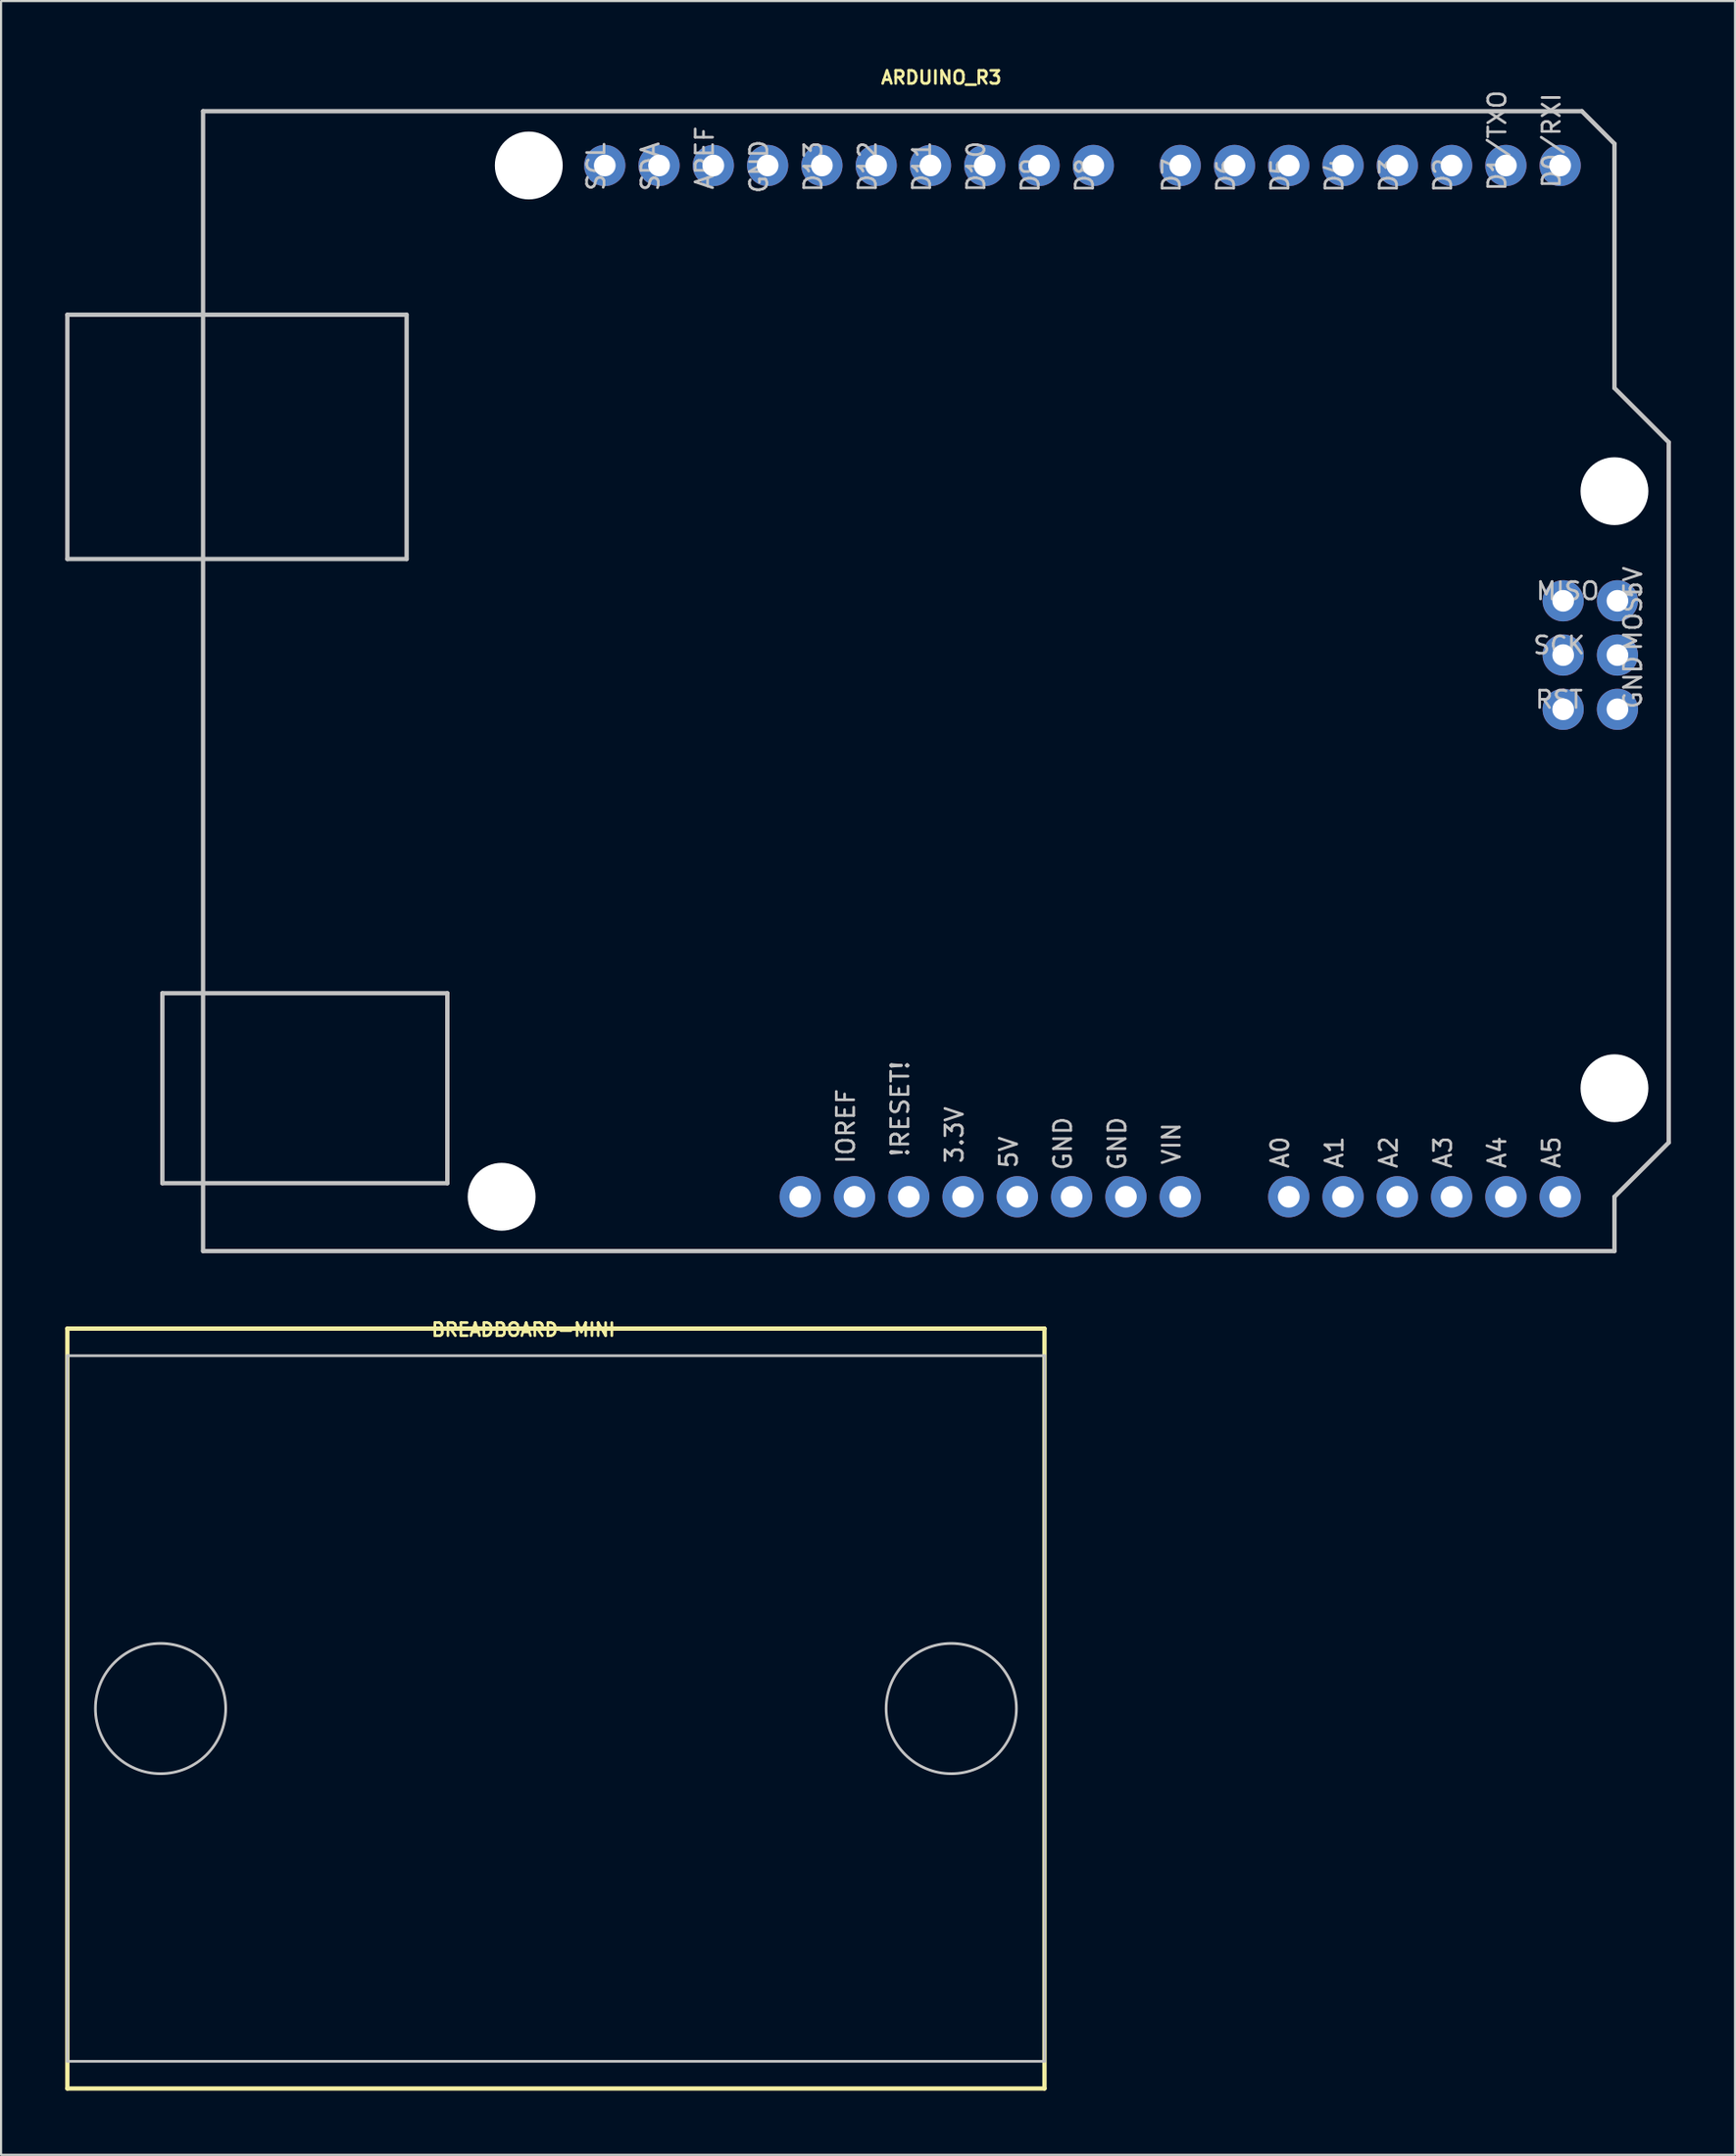
<source format=kicad_pcb>
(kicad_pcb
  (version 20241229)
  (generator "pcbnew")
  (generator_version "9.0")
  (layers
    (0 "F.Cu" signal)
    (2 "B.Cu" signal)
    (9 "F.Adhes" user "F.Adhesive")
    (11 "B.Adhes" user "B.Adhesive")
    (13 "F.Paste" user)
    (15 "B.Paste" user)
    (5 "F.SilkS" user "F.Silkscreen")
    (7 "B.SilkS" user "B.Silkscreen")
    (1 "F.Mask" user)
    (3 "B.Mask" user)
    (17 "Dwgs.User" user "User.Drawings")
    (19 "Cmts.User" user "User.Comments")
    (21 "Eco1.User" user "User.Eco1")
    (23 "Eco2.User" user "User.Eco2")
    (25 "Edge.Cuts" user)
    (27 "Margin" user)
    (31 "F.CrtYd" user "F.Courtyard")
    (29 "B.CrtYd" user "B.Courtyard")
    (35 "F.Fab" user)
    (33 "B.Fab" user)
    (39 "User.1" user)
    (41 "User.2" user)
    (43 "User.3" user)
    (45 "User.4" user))
  (footprint "ARDUINO_R3"
    (layer "F.Cu")
    (at 39.472 28.824)
    (property "Reference" "ARDUINO_R3" (at 1.524 -28.245 0) (layer "F.SilkS") (effects (font (size 0.61 0.61) (thickness 0.127))))
    (attr exclude_from_pos_files exclude_from_bom)
    (fp_line (start -39.37 -17.145) (end -23.495 -17.145) (stroke (width 0.203) (type solid)) (layer "Dwgs.User"))
    (fp_line (start -39.37 -5.715) (end -39.37 -17.145) (stroke (width 0.203) (type solid)) (layer "Dwgs.User"))
    (fp_line (start -34.925 14.605) (end -21.59 14.605) (stroke (width 0.203) (type solid)) (layer "Dwgs.User"))
    (fp_line (start -34.925 23.495) (end -34.925 14.605) (stroke (width 0.203) (type solid)) (layer "Dwgs.User"))
    (fp_line (start -33.02 -26.67) (end 31.496 -26.67) (stroke (width 0.203) (type solid)) (layer "Dwgs.User"))
    (fp_line (start -33.02 26.67) (end -33.02 -26.67) (stroke (width 0.203) (type solid)) (layer "Dwgs.User"))
    (fp_line (start -23.495 -17.145) (end -23.495 -5.715) (stroke (width 0.203) (type solid)) (layer "Dwgs.User"))
    (fp_line (start -23.495 -5.715) (end -39.37 -5.715) (stroke (width 0.203) (type solid)) (layer "Dwgs.User"))
    (fp_line (start -21.59 14.605) (end -21.59 23.495) (stroke (width 0.203) (type solid)) (layer "Dwgs.User"))
    (fp_line (start -21.59 23.495) (end -34.925 23.495) (stroke (width 0.203) (type solid)) (layer "Dwgs.User"))
    (fp_line (start 31.496 -26.67) (end 33.02 -25.146) (stroke (width 0.203) (type solid)) (layer "Dwgs.User"))
    (fp_line (start 33.02 -25.146) (end 33.02 -13.716) (stroke (width 0.203) (type solid)) (layer "Dwgs.User"))
    (fp_line (start 33.02 -13.716) (end 35.56 -11.176) (stroke (width 0.203) (type solid)) (layer "Dwgs.User"))
    (fp_line (start 33.02 24.13) (end 33.02 26.67) (stroke (width 0.203) (type solid)) (layer "Dwgs.User"))
    (fp_line (start 33.02 26.67) (end -33.02 26.67) (stroke (width 0.203) (type solid)) (layer "Dwgs.User"))
    (fp_line (start 35.56 -11.176) (end 35.56 21.59) (stroke (width 0.203) (type solid)) (layer "Dwgs.User"))
    (fp_line (start 35.56 21.59) (end 33.02 24.13) (stroke (width 0.203) (type solid)) (layer "Dwgs.User"))
    (fp_text user "GND" (at 33.884 0.051 90) (layer "Dwgs.User") (effects (font (size 0.813 0.813) (thickness 0.127))))
    (fp_text user "SCL" (at -14.63 -24.079 90) (layer "Dwgs.User") (effects (font (size 0.813 0.813) (thickness 0.127))))
    (fp_text user "D13" (at -4.47 -24.079 90) (layer "Dwgs.User") (effects (font (size 0.813 0.813) (thickness 0.127))))
    (fp_text user "D7" (at 12.294 -23.673 90) (layer "Dwgs.User") (effects (font (size 0.813 0.813) (thickness 0.127))))
    (fp_text user "GND" (at -7.01 -24.079 90) (layer "Dwgs.User") (effects (font (size 0.813 0.813) (thickness 0.127))))
    (fp_text user "MISO" (at 30.836 -4.216 0) (layer "Dwgs.User") (effects (font (size 0.813 0.813) (thickness 0.127))))
    (fp_text user "A2" (at 22.454 22.047 90) (layer "Dwgs.User") (effects (font (size 0.813 0.813) (thickness 0.127))))
    (fp_text user "AREF" (at -9.55 -24.486 90) (layer "Dwgs.User") (effects (font (size 0.813 0.813) (thickness 0.127))))
    (fp_text user "IOREF" (at -2.946 20.828 90) (layer "Dwgs.User") (effects (font (size 0.813 0.813) (thickness 0.127))))
    (fp_text user "D2" (at 24.994 -23.673 90) (layer "Dwgs.User") (effects (font (size 0.813 0.813) (thickness 0.127))))
    (fp_text user "A4" (at 27.534 22.047 90) (layer "Dwgs.User") (effects (font (size 0.813 0.813) (thickness 0.127))))
    (fp_text user "D0/RXI" (at 30.074 -25.298 90) (layer "Dwgs.User") (effects (font (size 0.813 0.813) (thickness 0.127))))
    (fp_text user "D5" (at 17.374 -23.673 90) (layer "Dwgs.User") (effects (font (size 0.813 0.813) (thickness 0.127))))
    (fp_text user "3.3V" (at 2.134 21.234 90) (layer "Dwgs.User") (effects (font (size 0.813 0.813) (thickness 0.127))))
    (fp_text user "5V" (at 4.674 22.047 90) (layer "Dwgs.User") (effects (font (size 0.813 0.813) (thickness 0.127))))
    (fp_text user "SDA" (at -12.09 -24.079 90) (layer "Dwgs.User") (effects (font (size 0.813 0.813) (thickness 0.127))))
    (fp_text user "A1" (at 19.914 22.047 90) (layer "Dwgs.User") (effects (font (size 0.813 0.813) (thickness 0.127))))
    (fp_text user "D6" (at 14.834 -23.673 90) (layer "Dwgs.User") (effects (font (size 0.813 0.813) (thickness 0.127))))
    (fp_text user "D11" (at 0.61 -24.079 90) (layer "Dwgs.User") (effects (font (size 0.813 0.813) (thickness 0.127))))
    (fp_text user "D10" (at 3.15 -24.079 90) (layer "Dwgs.User") (effects (font (size 0.813 0.813) (thickness 0.127))))
    (fp_text user "D8" (at 8.23 -23.673 90) (layer "Dwgs.User") (effects (font (size 0.813 0.813) (thickness 0.127))))
    (fp_text user "SCK" (at 30.429 -1.676 0) (layer "Dwgs.User") (effects (font (size 0.813 0.813) (thickness 0.127))))
    (fp_text user "MOSI" (at 33.884 -2.896 90) (layer "Dwgs.User") (effects (font (size 0.813 0.813) (thickness 0.127))))
    (fp_text user "D4" (at 19.914 -23.673 90) (layer "Dwgs.User") (effects (font (size 0.813 0.813) (thickness 0.127))))
    (fp_text user "D1/TXO" (at 27.534 -25.298 90) (layer "Dwgs.User") (effects (font (size 0.813 0.813) (thickness 0.127))))
    (fp_text user "D12" (at -1.93 -24.079 90) (layer "Dwgs.User") (effects (font (size 0.813 0.813) (thickness 0.127))))
    (fp_text user "!RESET!" (at -0.406 20.015 90) (layer "Dwgs.User") (effects (font (size 0.813 0.813) (thickness 0.127))))
    (fp_text user "RST" (at 30.429 0.864 0) (layer "Dwgs.User") (effects (font (size 0.813 0.813) (thickness 0.127))))
    (fp_text user "D9" (at 5.69 -23.673 90) (layer "Dwgs.User") (effects (font (size 0.813 0.813) (thickness 0.127))))
    (fp_text user "VIN" (at 12.294 21.641 90) (layer "Dwgs.User") (effects (font (size 0.813 0.813) (thickness 0.127))))
    (fp_text user "GND" (at 7.211 21.641 90) (layer "Dwgs.User") (effects (font (size 0.813 0.813) (thickness 0.127))))
    (fp_text user "D3" (at 22.454 -23.673 90) (layer "Dwgs.User") (effects (font (size 0.813 0.813) (thickness 0.127))))
    (fp_text user "A0" (at 17.374 22.047 90) (layer "Dwgs.User") (effects (font (size 0.813 0.813) (thickness 0.127))))
    (fp_text user "A3" (at 24.994 22.047 90) (layer "Dwgs.User") (effects (font (size 0.813 0.813) (thickness 0.127))))
    (fp_text user "GND" (at 9.754 21.641 90) (layer "Dwgs.User") (effects (font (size 0.813 0.813) (thickness 0.127))))
    (fp_text user "A5" (at 30.074 22.047 90) (layer "Dwgs.User") (effects (font (size 0.813 0.813) (thickness 0.127))))
    (fp_text user "5V" (at 33.884 -4.623 90) (layer "Dwgs.User") (effects (font (size 0.813 0.813) (thickness 0.127))))
    (pad "" np_thru_hole circle (at -19.05 24.13) (size 3.175 3.175) (drill 3.175) (layers "*.Cu" "*.Mask"))
    (pad "" np_thru_hole circle (at -17.78 -24.13) (size 3.175 3.175) (drill 3.175) (layers "*.Cu" "*.Mask"))
    (pad "" np_thru_hole circle (at 33.02 -8.89) (size 3.175 3.175) (drill 3.175) (layers "*.Cu" "*.Mask"))
    (pad "" np_thru_hole circle (at 33.02 19.05) (size 3.175 3.175) (drill 3.175) (layers "*.Cu" "*.Mask"))
    (pad "3.3V" thru_hole circle (at 2.54 24.13) (size 1.93 1.93) (drill 1.016) (layers "*.Cu" "*.Paste" "*.Mask"))
    (pad "5V" thru_hole circle (at 5.08 24.13) (size 1.93 1.93) (drill 1.016) (layers "*.Cu" "*.Paste" "*.Mask"))
    (pad "A0" thru_hole circle (at 17.78 24.13) (size 1.93 1.93) (drill 1.016) (layers "*.Cu" "*.Paste" "*.Mask"))
    (pad "A1" thru_hole circle (at 20.32 24.13) (size 1.93 1.93) (drill 1.016) (layers "*.Cu" "*.Paste" "*.Mask"))
    (pad "A2" thru_hole circle (at 22.86 24.13) (size 1.93 1.93) (drill 1.016) (layers "*.Cu" "*.Paste" "*.Mask"))
    (pad "A3" thru_hole circle (at 25.4 24.13) (size 1.93 1.93) (drill 1.016) (layers "*.Cu" "*.Paste" "*.Mask"))
    (pad "A4" thru_hole circle (at 27.94 24.13) (size 1.93 1.93) (drill 1.016) (layers "*.Cu" "*.Paste" "*.Mask"))
    (pad "A5" thru_hole circle (at 30.48 24.13) (size 1.93 1.93) (drill 1.016) (layers "*.Cu" "*.Paste" "*.Mask"))
    (pad "AREF" thru_hole circle (at -9.144 -24.13) (size 1.93 1.93) (drill 1.016) (layers "*.Cu" "*.Paste" "*.Mask"))
    (pad "D0" thru_hole circle (at 30.48 -24.13) (size 1.93 1.93) (drill 1.016) (layers "*.Cu" "*.Paste" "*.Mask"))
    (pad "D1" thru_hole circle (at 27.94 -24.13) (size 1.93 1.93) (drill 1.016) (layers "*.Cu" "*.Paste" "*.Mask"))
    (pad "D2" thru_hole circle (at 25.4 -24.13) (size 1.93 1.93) (drill 1.016) (layers "*.Cu" "*.Paste" "*.Mask"))
    (pad "D3" thru_hole circle (at 22.86 -24.13) (size 1.93 1.93) (drill 1.016) (layers "*.Cu" "*.Paste" "*.Mask"))
    (pad "D4" thru_hole circle (at 20.32 -24.13) (size 1.93 1.93) (drill 1.016) (layers "*.Cu" "*.Paste" "*.Mask"))
    (pad "D5" thru_hole circle (at 17.78 -24.13) (size 1.93 1.93) (drill 1.016) (layers "*.Cu" "*.Paste" "*.Mask"))
    (pad "D6" thru_hole circle (at 15.24 -24.13) (size 1.93 1.93) (drill 1.016) (layers "*.Cu" "*.Paste" "*.Mask"))
    (pad "D7" thru_hole circle (at 12.7 -24.13) (size 1.93 1.93) (drill 1.016) (layers "*.Cu" "*.Paste" "*.Mask"))
    (pad "D8" thru_hole circle (at 8.636 -24.13) (size 1.93 1.93) (drill 1.016) (layers "*.Cu" "*.Paste" "*.Mask"))
    (pad "D9" thru_hole circle (at 6.096 -24.13) (size 1.93 1.93) (drill 1.016) (layers "*.Cu" "*.Paste" "*.Mask"))
    (pad "D10" thru_hole circle (at 3.556 -24.13) (size 1.93 1.93) (drill 1.016) (layers "*.Cu" "*.Paste" "*.Mask"))
    (pad "D11" thru_hole circle (at 1.016 -24.13) (size 1.93 1.93) (drill 1.016) (layers "*.Cu" "*.Paste" "*.Mask"))
    (pad "D12" thru_hole circle (at -1.524 -24.13) (size 1.93 1.93) (drill 1.016) (layers "*.Cu" "*.Paste" "*.Mask"))
    (pad "D13" thru_hole circle (at -4.064 -24.13) (size 1.93 1.93) (drill 1.016) (layers "*.Cu" "*.Paste" "*.Mask"))
    (pad "GND@" thru_hole circle (at -6.604 -24.13) (size 1.93 1.93) (drill 1.016) (layers "*.Cu" "*.Paste" "*.Mask"))
    (pad "GND@" thru_hole circle (at 7.62 24.13) (size 1.93 1.93) (drill 1.016) (layers "*.Cu" "*.Paste" "*.Mask"))
    (pad "GND@" thru_hole circle (at 10.16 24.13) (size 1.93 1.93) (drill 1.016) (layers "*.Cu" "*.Paste" "*.Mask"))
    (pad "GND@" thru_hole circle (at 33.16 1.318) (size 1.93 1.93) (drill 1.016) (layers "*.Cu" "*.Paste" "*.Mask"))
    (pad "IORE" thru_hole circle (at -2.54 24.13) (size 1.93 1.93) (drill 1.016) (layers "*.Cu" "*.Paste" "*.Mask"))
    (pad "MISO" thru_hole circle (at 30.62 -3.759) (size 1.93 1.93) (drill 1.016) (layers "*.Cu" "*.Paste" "*.Mask"))
    (pad "MOSI" thru_hole circle (at 33.16 -1.219) (size 1.93 1.93) (drill 1.016) (layers "*.Cu" "*.Paste" "*.Mask"))
    (pad "NC" thru_hole circle (at -5.08 24.13) (size 1.93 1.93) (drill 1.016) (layers "*.Cu" "*.Paste" "*.Mask"))
    (pad "RESE" thru_hole circle (at 0 24.13) (size 1.93 1.93) (drill 1.016) (layers "*.Cu" "*.Paste" "*.Mask"))
    (pad "RESE" thru_hole circle (at 30.62 1.318) (size 1.93 1.93) (drill 1.016) (layers "*.Cu" "*.Paste" "*.Mask"))
    (pad "SCK" thru_hole circle (at 30.62 -1.219) (size 1.93 1.93) (drill 1.016) (layers "*.Cu" "*.Paste" "*.Mask"))
    (pad "SCL" thru_hole circle (at -14.224 -24.13) (size 1.93 1.93) (drill 1.016) (layers "*.Cu" "*.Paste" "*.Mask"))
    (pad "SDA" thru_hole circle (at -11.684 -24.13) (size 1.93 1.93) (drill 1.016) (layers "*.Cu" "*.Paste" "*.Mask"))
    (pad "VCC" thru_hole circle (at 33.16 -3.759) (size 1.93 1.93) (drill 1.016) (layers "*.Cu" "*.Paste" "*.Mask"))
    (pad "VIN" thru_hole circle (at 12.7 24.13) (size 1.93 1.93) (drill 1.016) (layers "*.Cu" "*.Paste" "*.Mask")))
  (footprint "BREADBOARD-MINI"
    (layer "F.Cu")
    (at 22.962 76.902)
    (property "Reference" "BREADBOARD-MINI" (at -1.524 -17.727 180) (layer "F.SilkS") (effects (font (size 0.61 0.61) (thickness 0.127))))
    (attr exclude_from_pos_files exclude_from_bom)
    (fp_line (start -22.86 -17.78) (end 22.86 -17.78) (stroke (width 0.203) (type solid)) (layer "F.SilkS"))
    (fp_line (start -22.86 17.78) (end -22.86 -17.78) (stroke (width 0.203) (type solid)) (layer "F.SilkS"))
    (fp_line (start 22.86 -17.78) (end 22.86 17.78) (stroke (width 0.203) (type solid)) (layer "F.SilkS"))
    (fp_line (start 22.86 17.78) (end -22.86 17.78) (stroke (width 0.203) (type solid)) (layer "F.SilkS"))
    (fp_line (start -22.86 -16.51) (end 22.86 -16.51) (stroke (width 0.127) (type solid)) (layer "Dwgs.User"))
    (fp_line (start -22.86 16.51) (end -22.86 -16.51) (stroke (width 0.127) (type solid)) (layer "Dwgs.User"))
    (fp_line (start 22.86 -16.51) (end 22.86 16.51) (stroke (width 0.127) (type solid)) (layer "Dwgs.User"))
    (fp_line (start 22.86 16.51) (end -22.86 16.51) (stroke (width 0.127) (type solid)) (layer "Dwgs.User"))
    (fp_circle (center -18.499 0) (end -18.499 -3.048) (stroke (width 0.127) (type solid)) (fill no) (layer "Dwgs.User"))
    (fp_circle (center 18.499 0) (end 18.499 -3.048) (stroke (width 0.127) (type solid)) (fill no) (layer "Dwgs.User")))
  (gr_rect
    (start -3 -3)
    (end 78.133 97.784)
    (stroke (width 0.1) (type default))
    (fill no)
    (layer "Edge.Cuts")))
</source>
